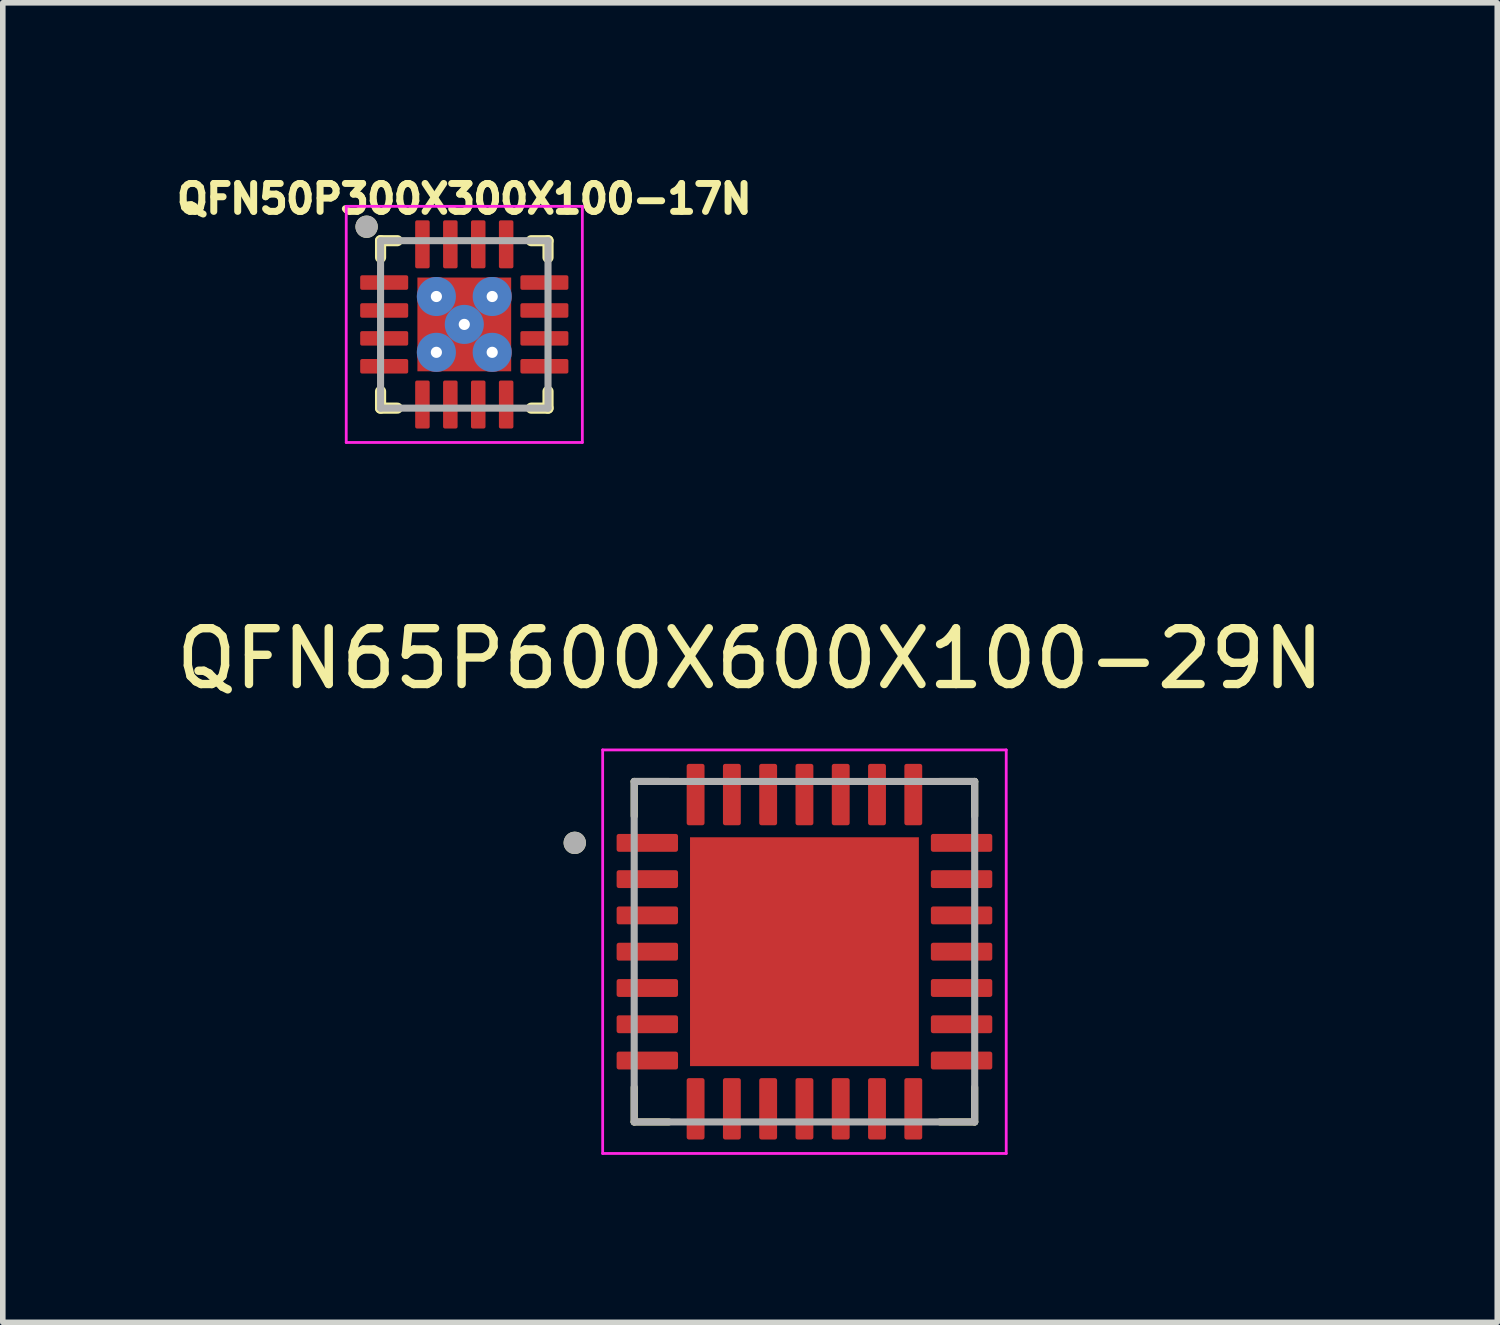
<source format=kicad_pcb>
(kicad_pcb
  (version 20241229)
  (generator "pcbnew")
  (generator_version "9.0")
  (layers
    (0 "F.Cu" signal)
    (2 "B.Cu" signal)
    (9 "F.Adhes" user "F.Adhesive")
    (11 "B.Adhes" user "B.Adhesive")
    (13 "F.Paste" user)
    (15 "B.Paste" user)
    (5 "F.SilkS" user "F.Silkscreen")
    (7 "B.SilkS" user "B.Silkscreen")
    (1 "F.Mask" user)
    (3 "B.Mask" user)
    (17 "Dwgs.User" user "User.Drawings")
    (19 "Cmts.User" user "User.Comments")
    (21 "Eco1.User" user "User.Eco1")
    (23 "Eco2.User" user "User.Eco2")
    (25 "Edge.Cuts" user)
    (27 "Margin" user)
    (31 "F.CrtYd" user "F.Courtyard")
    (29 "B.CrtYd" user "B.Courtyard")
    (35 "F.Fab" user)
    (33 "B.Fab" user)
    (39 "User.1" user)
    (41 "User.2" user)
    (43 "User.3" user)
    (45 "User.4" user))
  (footprint "QFN65P600X600X100-29N"
    (layer "F.Cu")
    (at 11.362 14)
    (property "Reference" "QFN65P600X600X100-29N" (at -0.975 -5.25 0) (layer "F.SilkS") (effects (font (size 1 1) (thickness 0.15))))
    (attr smd)
    (fp_line (start -3.05 -3.05) (end -3.05 -2.43) (stroke (width 0.127) (type solid)) (layer "F.SilkS"))
    (fp_line (start -3.05 -3.05) (end -2.43 -3.05) (stroke (width 0.127) (type solid)) (layer "F.SilkS"))
    (fp_line (start -3.05 3.05) (end -3.05 2.43) (stroke (width 0.127) (type solid)) (layer "F.SilkS"))
    (fp_line (start -3.05 3.05) (end -2.43 3.05) (stroke (width 0.127) (type solid)) (layer "F.SilkS"))
    (fp_line (start 3.05 -3.05) (end 2.43 -3.05) (stroke (width 0.127) (type solid)) (layer "F.SilkS"))
    (fp_line (start 3.05 -3.05) (end 3.05 -2.43) (stroke (width 0.127) (type solid)) (layer "F.SilkS"))
    (fp_line (start 3.05 3.05) (end 2.43 3.05) (stroke (width 0.127) (type solid)) (layer "F.SilkS"))
    (fp_line (start 3.05 3.05) (end 3.05 2.43) (stroke (width 0.127) (type solid)) (layer "F.SilkS"))
    (fp_circle (center -4.115 -1.95) (end -4.015 -1.95) (stroke (width 0.2) (type solid)) (fill no) (layer "F.SilkS"))
    (fp_poly (pts (xy -1.675 -1.675) (xy -0.375 -1.675) (xy -0.375 -0.375) (xy -1.675 -0.375)) (stroke (width 0.01) (type solid)) (fill yes) (layer "F.Paste"))
    (fp_poly (pts (xy -1.675 0.375) (xy -0.375 0.375) (xy -0.375 1.675) (xy -1.675 1.675)) (stroke (width 0.01) (type solid)) (fill yes) (layer "F.Paste"))
    (fp_poly (pts (xy 0.375 -1.675) (xy 1.675 -1.675) (xy 1.675 -0.375) (xy 0.375 -0.375)) (stroke (width 0.01) (type solid)) (fill yes) (layer "F.Paste"))
    (fp_poly (pts (xy 0.375 0.375) (xy 1.675 0.375) (xy 1.675 1.675) (xy 0.375 1.675)) (stroke (width 0.01) (type solid)) (fill yes) (layer "F.Paste"))
    (fp_line (start -3.615 -3.615) (end 3.615 -3.615) (stroke (width 0.05) (type solid)) (layer "F.CrtYd"))
    (fp_line (start -3.615 3.615) (end -3.615 -3.615) (stroke (width 0.05) (type solid)) (layer "F.CrtYd"))
    (fp_line (start -3.615 3.615) (end 3.615 3.615) (stroke (width 0.05) (type solid)) (layer "F.CrtYd"))
    (fp_line (start 3.615 3.615) (end 3.615 -3.615) (stroke (width 0.05) (type solid)) (layer "F.CrtYd"))
    (fp_line (start -3.05 3.05) (end -3.05 -3.05) (stroke (width 0.127) (type solid)) (layer "F.Fab"))
    (fp_line (start 3.05 -3.05) (end -3.05 -3.05) (stroke (width 0.127) (type solid)) (layer "F.Fab"))
    (fp_line (start 3.05 3.05) (end -3.05 3.05) (stroke (width 0.127) (type solid)) (layer "F.Fab"))
    (fp_line (start 3.05 3.05) (end 3.05 -3.05) (stroke (width 0.127) (type solid)) (layer "F.Fab"))
    (fp_circle (center -4.115 -1.95) (end -4.015 -1.95) (stroke (width 0.2) (type solid)) (fill no) (layer "F.Fab"))
    (pad "1" smd roundrect (at -2.815 -1.95) (size 1.1 0.32) (layers "F.Cu" "F.Mask" "F.Paste") (roundrect_rratio 0.125))
    (pad "2" smd roundrect (at -2.815 -1.3) (size 1.1 0.32) (layers "F.Cu" "F.Mask" "F.Paste") (roundrect_rratio 0.125))
    (pad "3" smd roundrect (at -2.815 -0.65) (size 1.1 0.32) (layers "F.Cu" "F.Mask" "F.Paste") (roundrect_rratio 0.125))
    (pad "4" smd roundrect (at -2.815 0) (size 1.1 0.32) (layers "F.Cu" "F.Mask" "F.Paste") (roundrect_rratio 0.125))
    (pad "5" smd roundrect (at -2.815 0.65) (size 1.1 0.32) (layers "F.Cu" "F.Mask" "F.Paste") (roundrect_rratio 0.125))
    (pad "6" smd roundrect (at -2.815 1.3) (size 1.1 0.32) (layers "F.Cu" "F.Mask" "F.Paste") (roundrect_rratio 0.125))
    (pad "7" smd roundrect (at -2.815 1.95) (size 1.1 0.32) (layers "F.Cu" "F.Mask" "F.Paste") (roundrect_rratio 0.125))
    (pad "8" smd roundrect (at -1.95 2.815) (size 0.32 1.1) (layers "F.Cu" "F.Mask" "F.Paste") (roundrect_rratio 0.125))
    (pad "9" smd roundrect (at -1.3 2.815) (size 0.32 1.1) (layers "F.Cu" "F.Mask" "F.Paste") (roundrect_rratio 0.125))
    (pad "10" smd roundrect (at -0.65 2.815) (size 0.32 1.1) (layers "F.Cu" "F.Mask" "F.Paste") (roundrect_rratio 0.125))
    (pad "11" smd roundrect (at 0 2.815) (size 0.32 1.1) (layers "F.Cu" "F.Mask" "F.Paste") (roundrect_rratio 0.125))
    (pad "12" smd roundrect (at 0.65 2.815) (size 0.32 1.1) (layers "F.Cu" "F.Mask" "F.Paste") (roundrect_rratio 0.125))
    (pad "13" smd roundrect (at 1.3 2.815) (size 0.32 1.1) (layers "F.Cu" "F.Mask" "F.Paste") (roundrect_rratio 0.125))
    (pad "14" smd roundrect (at 1.95 2.815) (size 0.32 1.1) (layers "F.Cu" "F.Mask" "F.Paste") (roundrect_rratio 0.125))
    (pad "15" smd roundrect (at 2.815 1.95) (size 1.1 0.32) (layers "F.Cu" "F.Mask" "F.Paste") (roundrect_rratio 0.125))
    (pad "16" smd roundrect (at 2.815 1.3) (size 1.1 0.32) (layers "F.Cu" "F.Mask" "F.Paste") (roundrect_rratio 0.125))
    (pad "17" smd roundrect (at 2.815 0.65) (size 1.1 0.32) (layers "F.Cu" "F.Mask" "F.Paste") (roundrect_rratio 0.125))
    (pad "18" smd roundrect (at 2.815 0) (size 1.1 0.32) (layers "F.Cu" "F.Mask" "F.Paste") (roundrect_rratio 0.125))
    (pad "19" smd roundrect (at 2.815 -0.65) (size 1.1 0.32) (layers "F.Cu" "F.Mask" "F.Paste") (roundrect_rratio 0.125))
    (pad "20" smd roundrect (at 2.815 -1.3) (size 1.1 0.32) (layers "F.Cu" "F.Mask" "F.Paste") (roundrect_rratio 0.125))
    (pad "21" smd roundrect (at 2.815 -1.95) (size 1.1 0.32) (layers "F.Cu" "F.Mask" "F.Paste") (roundrect_rratio 0.125))
    (pad "22" smd roundrect (at 1.95 -2.815) (size 0.32 1.1) (layers "F.Cu" "F.Mask" "F.Paste") (roundrect_rratio 0.125))
    (pad "23" smd roundrect (at 1.3 -2.815) (size 0.32 1.1) (layers "F.Cu" "F.Mask" "F.Paste") (roundrect_rratio 0.125))
    (pad "24" smd roundrect (at 0.65 -2.815) (size 0.32 1.1) (layers "F.Cu" "F.Mask" "F.Paste") (roundrect_rratio 0.125))
    (pad "25" smd roundrect (at 0 -2.815) (size 0.32 1.1) (layers "F.Cu" "F.Mask" "F.Paste") (roundrect_rratio 0.125))
    (pad "26" smd roundrect (at -0.65 -2.815) (size 0.32 1.1) (layers "F.Cu" "F.Mask" "F.Paste") (roundrect_rratio 0.125))
    (pad "27" smd roundrect (at -1.3 -2.815) (size 0.32 1.1) (layers "F.Cu" "F.Mask" "F.Paste") (roundrect_rratio 0.125))
    (pad "28" smd roundrect (at -1.95 -2.815) (size 0.32 1.1) (layers "F.Cu" "F.Mask" "F.Paste") (roundrect_rratio 0.125))
    (pad "29" smd rect (at 0 0) (size 4.1 4.1) (layers "F.Cu" "F.Mask")))
  (footprint "QFN50P300X300X100-17N"
    (layer "F.Cu")
    (at 5.268 2.762)
    (property "Reference" "QFN50P300X300X100-17N" (at 0 -2.25 0) (layer "F.SilkS") (effects (font (size 0.5 0.5) (thickness 0.125) (bold yes))))
    (attr smd)
    (fp_line (start -1.5 -1.5) (end -1.5 -1.2) (stroke (width 0.2) (type solid)) (layer "F.SilkS"))
    (fp_line (start -1.5 -1.5) (end -1.2 -1.5) (stroke (width 0.2) (type solid)) (layer "F.SilkS"))
    (fp_line (start -1.5 1.5) (end -1.5 1.2) (stroke (width 0.2) (type solid)) (layer "F.SilkS"))
    (fp_line (start -1.5 1.5) (end -1.2 1.5) (stroke (width 0.2) (type solid)) (layer "F.SilkS"))
    (fp_line (start 1.5 -1.5) (end 1.2 -1.5) (stroke (width 0.2) (type solid)) (layer "F.SilkS"))
    (fp_line (start 1.5 -1.5) (end 1.5 -1.2) (stroke (width 0.2) (type solid)) (layer "F.SilkS"))
    (fp_line (start 1.5 1.5) (end 1.2 1.5) (stroke (width 0.2) (type solid)) (layer "F.SilkS"))
    (fp_line (start 1.5 1.5) (end 1.5 1.2) (stroke (width 0.2) (type solid)) (layer "F.SilkS"))
    (fp_circle (center -1.75 -1.75) (end -1.65 -1.75) (stroke (width 0.2) (type solid)) (fill yes) (layer "F.SilkS"))
    (fp_poly (pts (xy -0.53 -0.53) (xy 0.53 -0.53) (xy 0.53 0.53) (xy -0.53 0.53)) (stroke (width 0.01) (type solid)) (fill yes) (layer "F.Paste"))
    (fp_line (start -2.115 -2.115) (end 2.115 -2.115) (stroke (width 0.05) (type solid)) (layer "F.CrtYd"))
    (fp_line (start -2.115 2.115) (end -2.115 -2.115) (stroke (width 0.05) (type solid)) (layer "F.CrtYd"))
    (fp_line (start -2.115 2.115) (end 2.115 2.115) (stroke (width 0.05) (type solid)) (layer "F.CrtYd"))
    (fp_line (start 2.115 2.115) (end 2.115 -2.115) (stroke (width 0.05) (type solid)) (layer "F.CrtYd"))
    (fp_line (start -1.5 1.5) (end -1.5 -1.5) (stroke (width 0.127) (type solid)) (layer "F.Fab"))
    (fp_line (start 1.5 -1.5) (end -1.5 -1.5) (stroke (width 0.127) (type solid)) (layer "F.Fab"))
    (fp_line (start 1.5 1.5) (end -1.5 1.5) (stroke (width 0.127) (type solid)) (layer "F.Fab"))
    (fp_line (start 1.5 1.5) (end 1.5 -1.5) (stroke (width 0.127) (type solid)) (layer "F.Fab"))
    (fp_circle (center -1.75 -1.75) (end -1.65 -1.75) (stroke (width 0.2) (type solid)) (fill no) (layer "F.Fab"))
    (pad "1" smd roundrect (at -1.435 -0.75) (size 0.86 0.26) (layers "F.Cu" "F.Mask" "F.Paste") (roundrect_rratio 0.125))
    (pad "2" smd roundrect (at -1.435 -0.25) (size 0.86 0.26) (layers "F.Cu" "F.Mask" "F.Paste") (roundrect_rratio 0.125))
    (pad "3" smd roundrect (at -1.435 0.25) (size 0.86 0.26) (layers "F.Cu" "F.Mask" "F.Paste") (roundrect_rratio 0.125))
    (pad "4" smd roundrect (at -1.435 0.75) (size 0.86 0.26) (layers "F.Cu" "F.Mask" "F.Paste") (roundrect_rratio 0.125))
    (pad "5" smd roundrect (at -0.75 1.435) (size 0.26 0.86) (layers "F.Cu" "F.Mask" "F.Paste") (roundrect_rratio 0.125))
    (pad "6" smd roundrect (at -0.25 1.435) (size 0.26 0.86) (layers "F.Cu" "F.Mask" "F.Paste") (roundrect_rratio 0.125))
    (pad "7" smd roundrect (at 0.25 1.435) (size 0.26 0.86) (layers "F.Cu" "F.Mask" "F.Paste") (roundrect_rratio 0.125))
    (pad "8" smd roundrect (at 0.75 1.435) (size 0.26 0.86) (layers "F.Cu" "F.Mask" "F.Paste") (roundrect_rratio 0.125))
    (pad "9" smd roundrect (at 1.435 0.75) (size 0.86 0.26) (layers "F.Cu" "F.Mask" "F.Paste") (roundrect_rratio 0.125))
    (pad "10" smd roundrect (at 1.435 0.25) (size 0.86 0.26) (layers "F.Cu" "F.Mask" "F.Paste") (roundrect_rratio 0.125))
    (pad "11" smd roundrect (at 1.435 -0.25) (size 0.86 0.26) (layers "F.Cu" "F.Mask" "F.Paste") (roundrect_rratio 0.125))
    (pad "12" smd roundrect (at 1.435 -0.75) (size 0.86 0.26) (layers "F.Cu" "F.Mask" "F.Paste") (roundrect_rratio 0.125))
    (pad "13" smd roundrect (at 0.75 -1.435) (size 0.26 0.86) (layers "F.Cu" "F.Mask" "F.Paste") (roundrect_rratio 0.125))
    (pad "14" smd roundrect (at 0.25 -1.435) (size 0.26 0.86) (layers "F.Cu" "F.Mask" "F.Paste") (roundrect_rratio 0.125))
    (pad "15" smd roundrect (at -0.25 -1.435) (size 0.26 0.86) (layers "F.Cu" "F.Mask" "F.Paste") (roundrect_rratio 0.125))
    (pad "16" smd roundrect (at -0.75 -1.435) (size 0.26 0.86) (layers "F.Cu" "F.Mask" "F.Paste") (roundrect_rratio 0.125))
    (pad "17" thru_hole circle (at -0.5 -0.5) (size 0.7 0.7) (drill 0.2) (layers "*.Cu"))
    (pad "17" thru_hole circle (at -0.5 0.5) (size 0.7 0.7) (drill 0.2) (layers "*.Cu"))
    (pad "17" thru_hole circle (at 0 0) (size 0.7 0.7) (drill 0.2) (layers "*.Cu"))
    (pad "17" smd rect (at 0 0) (size 1.68 1.68) (layers "F.Cu" "F.Mask"))
    (pad "17" thru_hole circle (at 0.5 -0.5) (size 0.7 0.7) (drill 0.2) (layers "*.Cu"))
    (pad "17" thru_hole circle (at 0.5 0.5) (size 0.7 0.7) (drill 0.2) (layers "*.Cu")))
  (gr_rect
    (start -3 -3)
    (end 23.774 20.64)
    (stroke (width 0.1) (type default))
    (fill no)
    (layer "Edge.Cuts")))
</source>
